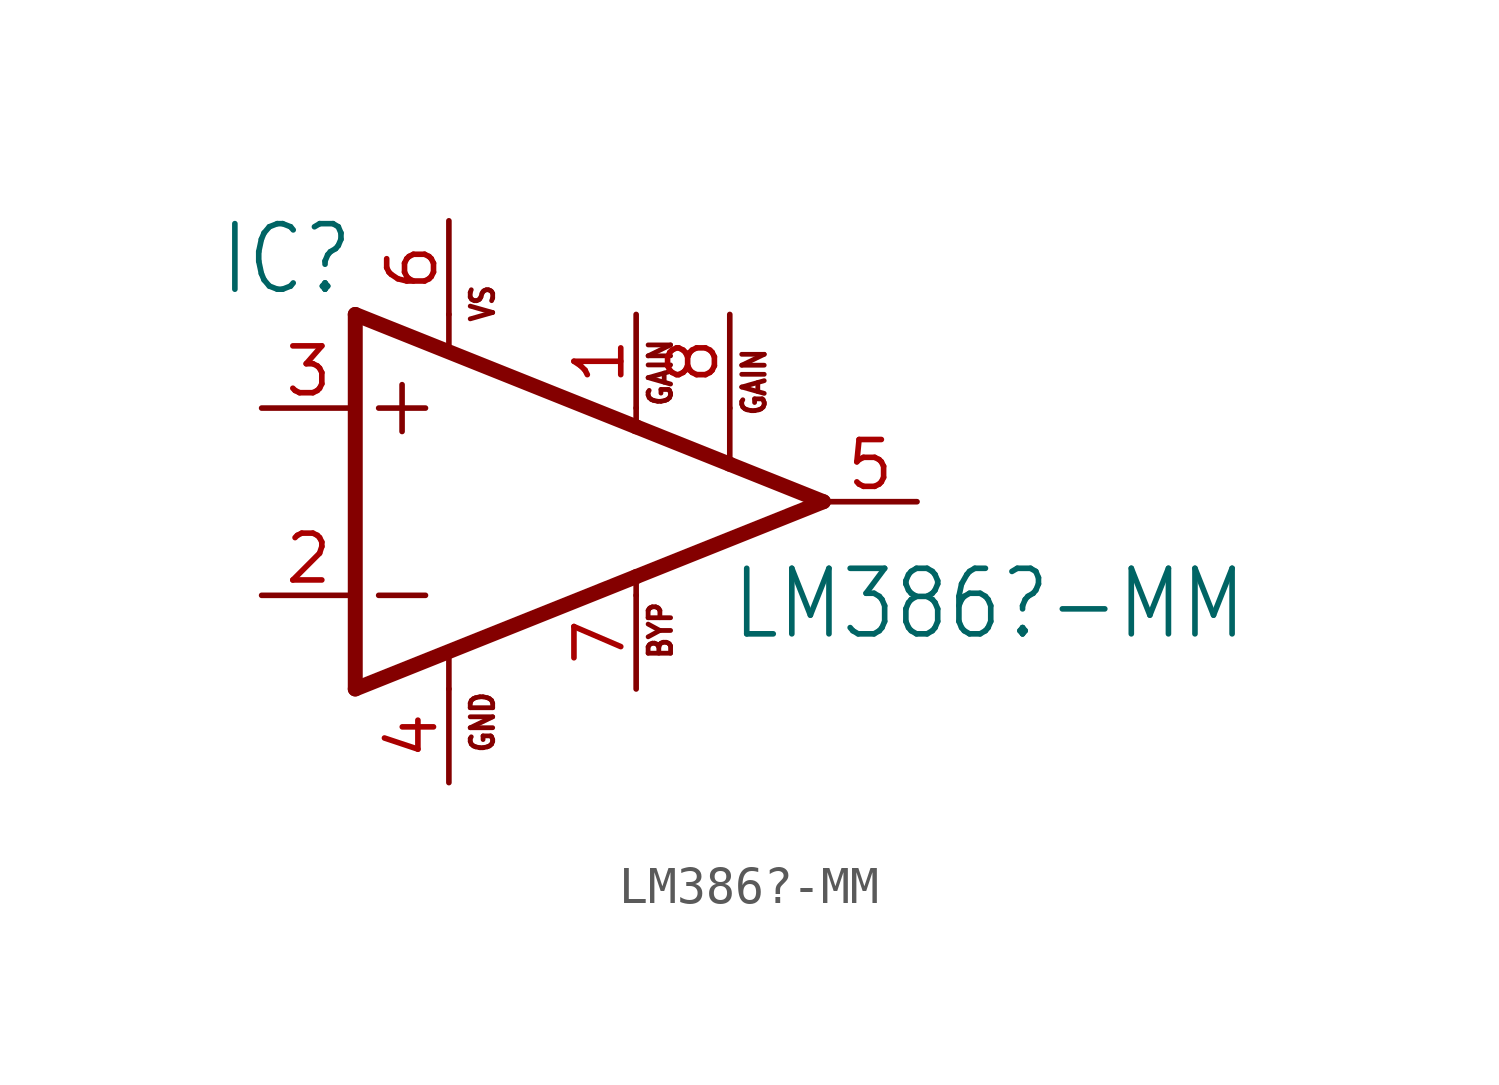
<source format=kicad_sym>
(kicad_symbol_lib
  (version 20200126)
  (host kicad_symbol_editor "(5.99.0-2281-g2f31bf278-dirty)")
  (symbol "LM386?-MM"
    (property "Reference" "IC"
      (at -5.08 7.62 0)
      (effects (font (size 1.778 1.511)) (justify right top)))
    (property "Value" "LM386?-MM"
      (at 5.08 -3.81 0)
      (effects (font (size 1.778 1.511)) (justify left bottom)))
    (property "ki_locked" ""
      (at 0 0 0)
      (effects (font (size 1.27 1.27))))
    (symbol "LM386?-MM_1_0"
      (text "GAIN" (at 6.096 2.286 900) (effects (font (size 0.61 0.518)) (justify left bottom)))
      (text "GAIN" (at 3.556 2.54 900) (effects (font (size 0.61 0.518)) (justify left bottom)))
      (text "VS" (at -1.27 4.826 900) (effects (font (size 0.61 0.518)) (justify left bottom)))
      (text "GND" (at -1.27 -6.858 900) (effects (font (size 0.61 0.518)) (justify left bottom)))
      (text "BYP" (at 3.556 -4.318 900) (effects (font (size 0.61 0.518)) (justify left bottom)))
      (polyline (pts (xy -2.54 5.08) (xy -2.54 4.14)) (stroke (width 0.152)) (fill (type none)))
      (polyline (pts (xy -5.08 5.08) (xy -5.08 -5.08)) (stroke (width 0.406)) (fill (type none)))
      (polyline (pts (xy -5.08 -5.08) (xy 2.54 -2.032)) (stroke (width 0.406)) (fill (type none)))
      (polyline (pts (xy 2.54 -2.032) (xy 7.62 0)) (stroke (width 0.406)) (fill (type none)))
      (polyline (pts (xy 7.62 0) (xy 5.08 1.016)) (stroke (width 0.406)) (fill (type none)))
      (polyline (pts (xy 5.08 1.016) (xy 2.54 2.032)) (stroke (width 0.406)) (fill (type none)))
      (polyline (pts (xy 2.54 2.032) (xy -5.08 5.08)) (stroke (width 0.406)) (fill (type none)))
      (polyline (pts (xy -3.81 3.175) (xy -3.81 1.905)) (stroke (width 0.152)) (fill (type none)))
      (polyline (pts (xy -4.445 2.54) (xy -3.175 2.54)) (stroke (width 0.152)) (fill (type none)))
      (polyline (pts (xy -4.445 -2.54) (xy -3.175 -2.54)) (stroke (width 0.152)) (fill (type none)))
      (polyline (pts (xy -2.54 -4.14) (xy -2.54 -5.08)) (stroke (width 0.152)) (fill (type none)))
      (polyline (pts (xy 5.08 2.54) (xy 5.08 1.016)) (stroke (width 0.152)) (fill (type none)))
      (polyline (pts (xy 2.54 -2.54) (xy 2.54 -2.032)) (stroke (width 0.152)) (fill (type none)))
      (polyline (pts (xy 2.54 2.54) (xy 2.54 2.032)) (stroke (width 0.152)) (fill (type none)))
      (pin passive line (at 2.54 5.08 270) (length 2.54) (name "GAIN@1" (effects (font (size 0 0)))) (number "1" (effects (font (size 1.27 1.27)))))
      (pin input line (at -7.62 -2.54 0) (length 2.54) (name "-IN" (effects (font (size 0 0)))) (number "2" (effects (font (size 1.27 1.27)))))
      (pin input line (at -7.62 2.54 0) (length 2.54) (name "+IN" (effects (font (size 0 0)))) (number "3" (effects (font (size 1.27 1.27)))))
      (pin passive line (at 5.08 5.08 270) (length 2.54) (name "GAIN@2" (effects (font (size 0 0)))) (number "8" (effects (font (size 1.27 1.27)))))
      (pin output line (at 10.16 0 180) (length 2.54) (name "OUT" (effects (font (size 0 0)))) (number "5" (effects (font (size 1.27 1.27)))))
      (pin power_in line (at -2.54 7.62 270) (length 2.54) (name "VS" (effects (font (size 0 0)))) (number "6" (effects (font (size 1.27 1.27)))))
      (pin power_in line (at -2.54 -7.62 90) (length 2.54) (name "GND" (effects (font (size 0 0)))) (number "4" (effects (font (size 1.27 1.27)))))
      (pin passive line (at 2.54 -5.08 90) (length 2.54) (name "BYPASS" (effects (font (size 0 0)))) (number "7" (effects (font (size 1.27 1.27))))))))
</source>
